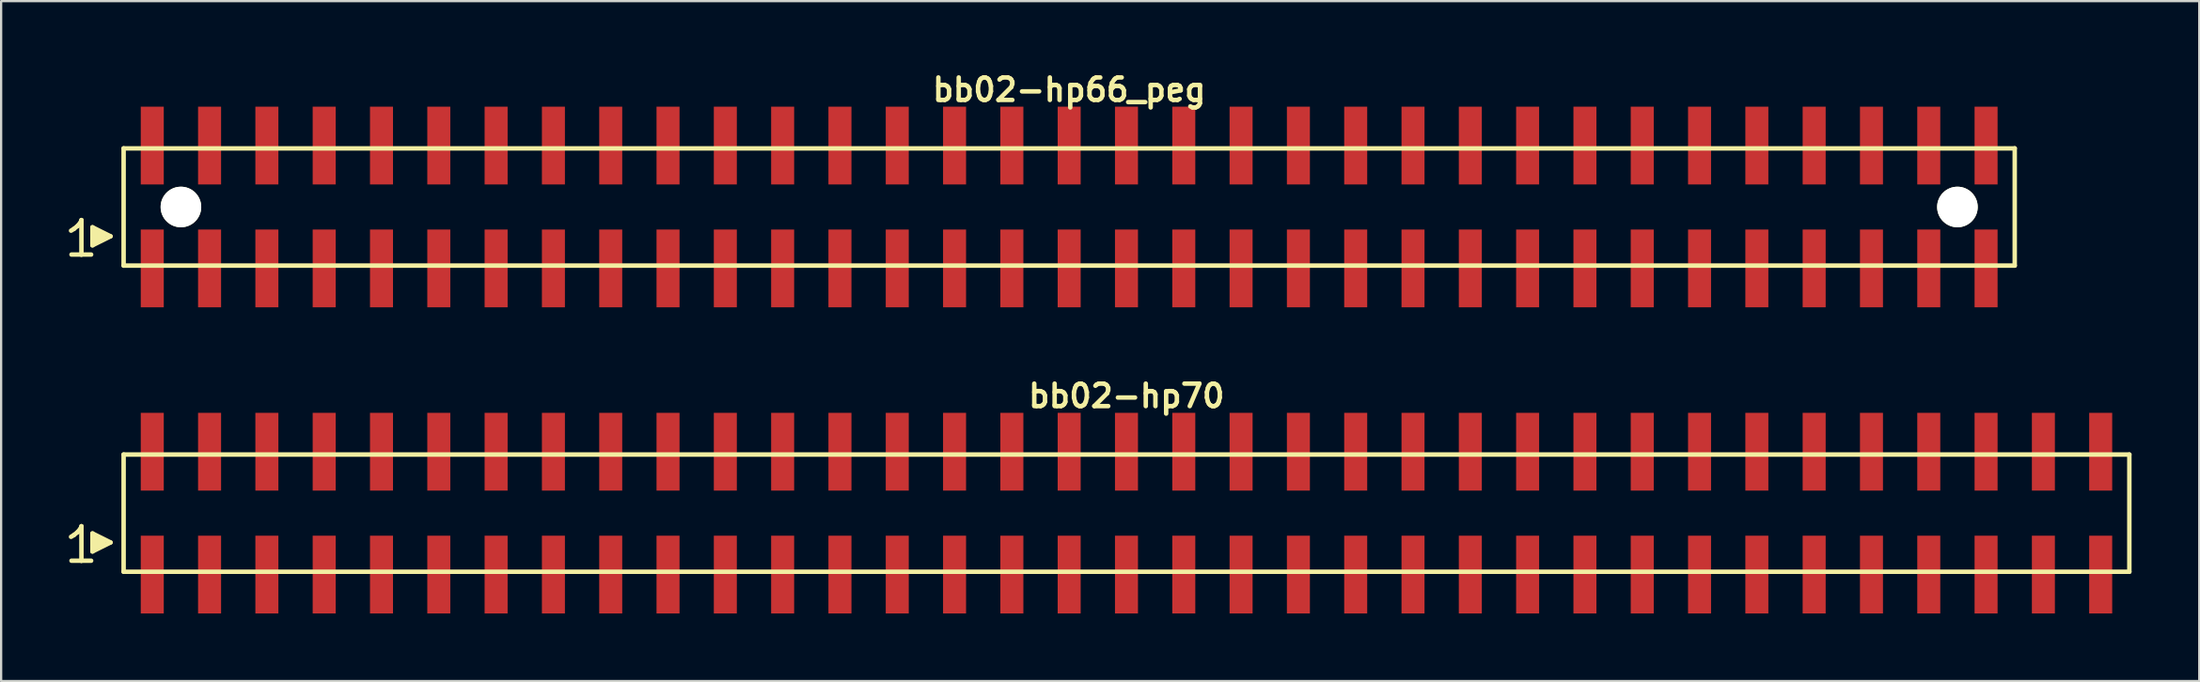
<source format=kicad_pcb>
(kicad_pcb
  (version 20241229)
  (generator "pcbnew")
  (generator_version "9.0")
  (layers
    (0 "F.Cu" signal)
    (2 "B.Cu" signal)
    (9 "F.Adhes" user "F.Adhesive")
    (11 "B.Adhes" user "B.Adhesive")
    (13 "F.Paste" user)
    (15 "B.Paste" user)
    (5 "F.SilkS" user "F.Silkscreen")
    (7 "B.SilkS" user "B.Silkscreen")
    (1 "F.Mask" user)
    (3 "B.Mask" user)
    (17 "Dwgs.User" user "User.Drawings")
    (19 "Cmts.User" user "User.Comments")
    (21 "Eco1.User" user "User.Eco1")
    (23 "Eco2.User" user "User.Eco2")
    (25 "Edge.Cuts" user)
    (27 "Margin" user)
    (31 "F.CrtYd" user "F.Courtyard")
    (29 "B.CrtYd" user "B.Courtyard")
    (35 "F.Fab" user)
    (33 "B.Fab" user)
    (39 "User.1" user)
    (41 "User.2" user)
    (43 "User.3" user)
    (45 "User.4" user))
  (footprint "bb02-hp66_peg"
    (layer "F.Cu")
    (at 44.339 6.132)
    (property "Reference" "bb02-hp66_peg" (at 0 -5.2 0) (layer "F.SilkS") (effects (font (size 0.998 0.998) (thickness 0.198))))
    (attr through_hole)
    (fp_line (start -44.24 1.05) (end -44.11 0.97) (stroke (width 0.198) (type solid)) (layer "F.SilkS"))
    (fp_line (start -44.11 0.97) (end -43.95 0.84) (stroke (width 0.198) (type solid)) (layer "F.SilkS"))
    (fp_line (start -43.95 0.84) (end -43.81 0.67) (stroke (width 0.198) (type solid)) (layer "F.SilkS"))
    (fp_line (start -43.81 0.67) (end -43.78 0.58) (stroke (width 0.198) (type solid)) (layer "F.SilkS"))
    (fp_line (start -43.78 0.58) (end -43.78 2.11) (stroke (width 0.198) (type solid)) (layer "F.SilkS"))
    (fp_line (start -43.78 2.11) (end -44.22 2.11) (stroke (width 0.198) (type solid)) (layer "F.SilkS"))
    (fp_line (start -43.35 2.11) (end -43.79 2.11) (stroke (width 0.198) (type solid)) (layer "F.SilkS"))
    (fp_line (start -43.29 0.9) (end -42.49 1.3) (stroke (width 0.198) (type solid)) (layer "F.SilkS"))
    (fp_line (start -43.29 1.7) (end -43.29 0.9) (stroke (width 0.198) (type solid)) (layer "F.SilkS"))
    (fp_line (start -43.19 1.6) (end -43.19 1) (stroke (width 0.198) (type solid)) (layer "F.SilkS"))
    (fp_line (start -43.09 1.1) (end -43.09 1.5) (stroke (width 0.198) (type solid)) (layer "F.SilkS"))
    (fp_line (start -42.99 1.5) (end -42.99 1.1) (stroke (width 0.198) (type solid)) (layer "F.SilkS"))
    (fp_line (start -42.89 1.2) (end -42.89 1.4) (stroke (width 0.198) (type solid)) (layer "F.SilkS"))
    (fp_line (start -42.79 1.4) (end -42.79 1.2) (stroke (width 0.198) (type solid)) (layer "F.SilkS"))
    (fp_line (start -42.49 1.3) (end -43.29 1.7) (stroke (width 0.198) (type solid)) (layer "F.SilkS"))
    (fp_line (start -41.91 -2.6) (end -41.91 2.6) (stroke (width 0.198) (type solid)) (layer "F.SilkS"))
    (fp_line (start -41.91 -2.6) (end 41.91 -2.6) (stroke (width 0.198) (type solid)) (layer "F.SilkS"))
    (fp_line (start 41.91 2.6) (end -41.91 2.6) (stroke (width 0.198) (type solid)) (layer "F.SilkS"))
    (fp_line (start 41.91 2.6) (end 41.91 -2.6) (stroke (width 0.198) (type solid)) (layer "F.SilkS"))
    (pad "" np_thru_hole circle (at -39.37 0) (size 1.8 1.8) (drill 1.8) (layers "*.Cu" "*.Mask" "F.SilkS"))
    (pad "" np_thru_hole circle (at 39.37 0) (size 1.8 1.8) (drill 1.8) (layers "*.Cu" "*.Mask" "F.SilkS"))
    (pad "1" smd rect (at -40.64 2.725) (size 1.02 3.45) (layers "F.Cu" "F.Mask" "F.Paste"))
    (pad "2" smd rect (at -40.64 -2.725) (size 1.02 3.45) (layers "F.Cu" "F.Mask" "F.Paste"))
    (pad "3" smd rect (at -38.1 2.725) (size 1.02 3.45) (layers "F.Cu" "F.Mask" "F.Paste"))
    (pad "4" smd rect (at -38.1 -2.725) (size 1.02 3.45) (layers "F.Cu" "F.Mask" "F.Paste"))
    (pad "5" smd rect (at -35.56 2.725) (size 1.02 3.45) (layers "F.Cu" "F.Mask" "F.Paste"))
    (pad "6" smd rect (at -35.56 -2.725) (size 1.02 3.45) (layers "F.Cu" "F.Mask" "F.Paste"))
    (pad "7" smd rect (at -33.02 2.725) (size 1.02 3.45) (layers "F.Cu" "F.Mask" "F.Paste"))
    (pad "8" smd rect (at -33.02 -2.725) (size 1.02 3.45) (layers "F.Cu" "F.Mask" "F.Paste"))
    (pad "9" smd rect (at -30.48 2.725) (size 1.02 3.45) (layers "F.Cu" "F.Mask" "F.Paste"))
    (pad "10" smd rect (at -30.48 -2.725) (size 1.02 3.45) (layers "F.Cu" "F.Mask" "F.Paste"))
    (pad "11" smd rect (at -27.94 2.725) (size 1.02 3.45) (layers "F.Cu" "F.Mask" "F.Paste"))
    (pad "12" smd rect (at -27.94 -2.725) (size 1.02 3.45) (layers "F.Cu" "F.Mask" "F.Paste"))
    (pad "13" smd rect (at -25.4 2.725) (size 1.02 3.45) (layers "F.Cu" "F.Mask" "F.Paste"))
    (pad "14" smd rect (at -25.4 -2.725) (size 1.02 3.45) (layers "F.Cu" "F.Mask" "F.Paste"))
    (pad "15" smd rect (at -22.86 2.725) (size 1.02 3.45) (layers "F.Cu" "F.Mask" "F.Paste"))
    (pad "16" smd rect (at -22.86 -2.725) (size 1.02 3.45) (layers "F.Cu" "F.Mask" "F.Paste"))
    (pad "17" smd rect (at -20.32 2.725) (size 1.02 3.45) (layers "F.Cu" "F.Mask" "F.Paste"))
    (pad "18" smd rect (at -20.32 -2.725) (size 1.02 3.45) (layers "F.Cu" "F.Mask" "F.Paste"))
    (pad "19" smd rect (at -17.78 2.725) (size 1.02 3.45) (layers "F.Cu" "F.Mask" "F.Paste"))
    (pad "20" smd rect (at -17.78 -2.725) (size 1.02 3.45) (layers "F.Cu" "F.Mask" "F.Paste"))
    (pad "21" smd rect (at -15.24 2.725) (size 1.02 3.45) (layers "F.Cu" "F.Mask" "F.Paste"))
    (pad "22" smd rect (at -15.24 -2.725) (size 1.02 3.45) (layers "F.Cu" "F.Mask" "F.Paste"))
    (pad "23" smd rect (at -12.7 2.725) (size 1.02 3.45) (layers "F.Cu" "F.Mask" "F.Paste"))
    (pad "24" smd rect (at -12.7 -2.725) (size 1.02 3.45) (layers "F.Cu" "F.Mask" "F.Paste"))
    (pad "25" smd rect (at -10.16 2.725) (size 1.02 3.45) (layers "F.Cu" "F.Mask" "F.Paste"))
    (pad "26" smd rect (at -10.16 -2.725) (size 1.02 3.45) (layers "F.Cu" "F.Mask" "F.Paste"))
    (pad "27" smd rect (at -7.62 2.725) (size 1.02 3.45) (layers "F.Cu" "F.Mask" "F.Paste"))
    (pad "28" smd rect (at -7.62 -2.725) (size 1.02 3.45) (layers "F.Cu" "F.Mask" "F.Paste"))
    (pad "29" smd rect (at -5.08 2.725) (size 1.02 3.45) (layers "F.Cu" "F.Mask" "F.Paste"))
    (pad "30" smd rect (at -5.08 -2.725) (size 1.02 3.45) (layers "F.Cu" "F.Mask" "F.Paste"))
    (pad "31" smd rect (at -2.54 2.725) (size 1.02 3.45) (layers "F.Cu" "F.Mask" "F.Paste"))
    (pad "32" smd rect (at -2.54 -2.725) (size 1.02 3.45) (layers "F.Cu" "F.Mask" "F.Paste"))
    (pad "33" smd rect (at 0 2.725) (size 1.02 3.45) (layers "F.Cu" "F.Mask" "F.Paste"))
    (pad "34" smd rect (at 0 -2.725) (size 1.02 3.45) (layers "F.Cu" "F.Mask" "F.Paste"))
    (pad "35" smd rect (at 2.54 2.725) (size 1.02 3.45) (layers "F.Cu" "F.Mask" "F.Paste"))
    (pad "36" smd rect (at 2.54 -2.725) (size 1.02 3.45) (layers "F.Cu" "F.Mask" "F.Paste"))
    (pad "37" smd rect (at 5.08 2.725) (size 1.02 3.45) (layers "F.Cu" "F.Mask" "F.Paste"))
    (pad "38" smd rect (at 5.08 -2.725) (size 1.02 3.45) (layers "F.Cu" "F.Mask" "F.Paste"))
    (pad "39" smd rect (at 7.62 2.725) (size 1.02 3.45) (layers "F.Cu" "F.Mask" "F.Paste"))
    (pad "40" smd rect (at 7.62 -2.725) (size 1.02 3.45) (layers "F.Cu" "F.Mask" "F.Paste"))
    (pad "41" smd rect (at 10.16 2.725) (size 1.02 3.45) (layers "F.Cu" "F.Mask" "F.Paste"))
    (pad "42" smd rect (at 10.16 -2.725) (size 1.02 3.45) (layers "F.Cu" "F.Mask" "F.Paste"))
    (pad "43" smd rect (at 12.7 2.725) (size 1.02 3.45) (layers "F.Cu" "F.Mask" "F.Paste"))
    (pad "44" smd rect (at 12.7 -2.725) (size 1.02 3.45) (layers "F.Cu" "F.Mask" "F.Paste"))
    (pad "45" smd rect (at 15.24 2.725) (size 1.02 3.45) (layers "F.Cu" "F.Mask" "F.Paste"))
    (pad "46" smd rect (at 15.24 -2.725) (size 1.02 3.45) (layers "F.Cu" "F.Mask" "F.Paste"))
    (pad "47" smd rect (at 17.78 2.725) (size 1.02 3.45) (layers "F.Cu" "F.Mask" "F.Paste"))
    (pad "48" smd rect (at 17.78 -2.725) (size 1.02 3.45) (layers "F.Cu" "F.Mask" "F.Paste"))
    (pad "49" smd rect (at 20.32 2.725) (size 1.02 3.45) (layers "F.Cu" "F.Mask" "F.Paste"))
    (pad "50" smd rect (at 20.32 -2.725) (size 1.02 3.45) (layers "F.Cu" "F.Mask" "F.Paste"))
    (pad "51" smd rect (at 22.86 2.725) (size 1.02 3.45) (layers "F.Cu" "F.Mask" "F.Paste"))
    (pad "52" smd rect (at 22.86 -2.725) (size 1.02 3.45) (layers "F.Cu" "F.Mask" "F.Paste"))
    (pad "53" smd rect (at 25.4 2.725) (size 1.02 3.45) (layers "F.Cu" "F.Mask" "F.Paste"))
    (pad "54" smd rect (at 25.4 -2.725) (size 1.02 3.45) (layers "F.Cu" "F.Mask" "F.Paste"))
    (pad "55" smd rect (at 27.94 2.725) (size 1.02 3.45) (layers "F.Cu" "F.Mask" "F.Paste"))
    (pad "56" smd rect (at 27.94 -2.725) (size 1.02 3.45) (layers "F.Cu" "F.Mask" "F.Paste"))
    (pad "57" smd rect (at 30.48 2.725) (size 1.02 3.45) (layers "F.Cu" "F.Mask" "F.Paste"))
    (pad "58" smd rect (at 30.48 -2.725) (size 1.02 3.45) (layers "F.Cu" "F.Mask" "F.Paste"))
    (pad "59" smd rect (at 33.02 2.725) (size 1.02 3.45) (layers "F.Cu" "F.Mask" "F.Paste"))
    (pad "60" smd rect (at 33.02 -2.725) (size 1.02 3.45) (layers "F.Cu" "F.Mask" "F.Paste"))
    (pad "61" smd rect (at 35.56 2.725) (size 1.02 3.45) (layers "F.Cu" "F.Mask" "F.Paste"))
    (pad "62" smd rect (at 35.56 -2.725) (size 1.02 3.45) (layers "F.Cu" "F.Mask" "F.Paste"))
    (pad "63" smd rect (at 38.1 2.725) (size 1.02 3.45) (layers "F.Cu" "F.Mask" "F.Paste"))
    (pad "64" smd rect (at 38.1 -2.725) (size 1.02 3.45) (layers "F.Cu" "F.Mask" "F.Paste"))
    (pad "65" smd rect (at 40.64 2.725) (size 1.02 3.45) (layers "F.Cu" "F.Mask" "F.Paste"))
    (pad "66" smd rect (at 40.64 -2.725) (size 1.02 3.45) (layers "F.Cu" "F.Mask" "F.Paste")))
  (footprint "bb02-hp70"
    (layer "F.Cu")
    (at 46.879 19.713)
    (property "Reference" "bb02-hp70" (at 0 -5.2 0) (layer "F.SilkS") (effects (font (size 0.998 0.998) (thickness 0.198))))
    (attr through_hole)
    (fp_line (start -46.78 1.05) (end -46.65 0.97) (stroke (width 0.198) (type solid)) (layer "F.SilkS"))
    (fp_line (start -46.65 0.97) (end -46.49 0.84) (stroke (width 0.198) (type solid)) (layer "F.SilkS"))
    (fp_line (start -46.49 0.84) (end -46.35 0.67) (stroke (width 0.198) (type solid)) (layer "F.SilkS"))
    (fp_line (start -46.35 0.67) (end -46.32 0.58) (stroke (width 0.198) (type solid)) (layer "F.SilkS"))
    (fp_line (start -46.32 0.58) (end -46.32 2.11) (stroke (width 0.198) (type solid)) (layer "F.SilkS"))
    (fp_line (start -46.32 2.11) (end -46.76 2.11) (stroke (width 0.198) (type solid)) (layer "F.SilkS"))
    (fp_line (start -45.89 2.11) (end -46.33 2.11) (stroke (width 0.198) (type solid)) (layer "F.SilkS"))
    (fp_line (start -45.83 0.9) (end -45.03 1.3) (stroke (width 0.198) (type solid)) (layer "F.SilkS"))
    (fp_line (start -45.83 1.7) (end -45.83 0.9) (stroke (width 0.198) (type solid)) (layer "F.SilkS"))
    (fp_line (start -45.73 1.6) (end -45.73 1) (stroke (width 0.198) (type solid)) (layer "F.SilkS"))
    (fp_line (start -45.63 1.1) (end -45.63 1.5) (stroke (width 0.198) (type solid)) (layer "F.SilkS"))
    (fp_line (start -45.53 1.5) (end -45.53 1.1) (stroke (width 0.198) (type solid)) (layer "F.SilkS"))
    (fp_line (start -45.43 1.2) (end -45.43 1.4) (stroke (width 0.198) (type solid)) (layer "F.SilkS"))
    (fp_line (start -45.33 1.4) (end -45.33 1.2) (stroke (width 0.198) (type solid)) (layer "F.SilkS"))
    (fp_line (start -45.03 1.3) (end -45.83 1.7) (stroke (width 0.198) (type solid)) (layer "F.SilkS"))
    (fp_line (start -44.45 -2.6) (end -44.45 2.6) (stroke (width 0.198) (type solid)) (layer "F.SilkS"))
    (fp_line (start -44.45 -2.6) (end 44.45 -2.6) (stroke (width 0.198) (type solid)) (layer "F.SilkS"))
    (fp_line (start 44.45 2.6) (end -44.45 2.6) (stroke (width 0.198) (type solid)) (layer "F.SilkS"))
    (fp_line (start 44.45 2.6) (end 44.45 -2.6) (stroke (width 0.198) (type solid)) (layer "F.SilkS"))
    (pad "1" smd rect (at -43.18 2.725) (size 1.02 3.45) (layers "F.Cu" "F.Mask" "F.Paste"))
    (pad "2" smd rect (at -43.18 -2.725) (size 1.02 3.45) (layers "F.Cu" "F.Mask" "F.Paste"))
    (pad "3" smd rect (at -40.64 2.725) (size 1.02 3.45) (layers "F.Cu" "F.Mask" "F.Paste"))
    (pad "4" smd rect (at -40.64 -2.725) (size 1.02 3.45) (layers "F.Cu" "F.Mask" "F.Paste"))
    (pad "5" smd rect (at -38.1 2.725) (size 1.02 3.45) (layers "F.Cu" "F.Mask" "F.Paste"))
    (pad "6" smd rect (at -38.1 -2.725) (size 1.02 3.45) (layers "F.Cu" "F.Mask" "F.Paste"))
    (pad "7" smd rect (at -35.56 2.725) (size 1.02 3.45) (layers "F.Cu" "F.Mask" "F.Paste"))
    (pad "8" smd rect (at -35.56 -2.725) (size 1.02 3.45) (layers "F.Cu" "F.Mask" "F.Paste"))
    (pad "9" smd rect (at -33.02 2.725) (size 1.02 3.45) (layers "F.Cu" "F.Mask" "F.Paste"))
    (pad "10" smd rect (at -33.02 -2.725) (size 1.02 3.45) (layers "F.Cu" "F.Mask" "F.Paste"))
    (pad "11" smd rect (at -30.48 2.725) (size 1.02 3.45) (layers "F.Cu" "F.Mask" "F.Paste"))
    (pad "12" smd rect (at -30.48 -2.725) (size 1.02 3.45) (layers "F.Cu" "F.Mask" "F.Paste"))
    (pad "13" smd rect (at -27.94 2.725) (size 1.02 3.45) (layers "F.Cu" "F.Mask" "F.Paste"))
    (pad "14" smd rect (at -27.94 -2.725) (size 1.02 3.45) (layers "F.Cu" "F.Mask" "F.Paste"))
    (pad "15" smd rect (at -25.4 2.725) (size 1.02 3.45) (layers "F.Cu" "F.Mask" "F.Paste"))
    (pad "16" smd rect (at -25.4 -2.725) (size 1.02 3.45) (layers "F.Cu" "F.Mask" "F.Paste"))
    (pad "17" smd rect (at -22.86 2.725) (size 1.02 3.45) (layers "F.Cu" "F.Mask" "F.Paste"))
    (pad "18" smd rect (at -22.86 -2.725) (size 1.02 3.45) (layers "F.Cu" "F.Mask" "F.Paste"))
    (pad "19" smd rect (at -20.32 2.725) (size 1.02 3.45) (layers "F.Cu" "F.Mask" "F.Paste"))
    (pad "20" smd rect (at -20.32 -2.725) (size 1.02 3.45) (layers "F.Cu" "F.Mask" "F.Paste"))
    (pad "21" smd rect (at -17.78 2.725) (size 1.02 3.45) (layers "F.Cu" "F.Mask" "F.Paste"))
    (pad "22" smd rect (at -17.78 -2.725) (size 1.02 3.45) (layers "F.Cu" "F.Mask" "F.Paste"))
    (pad "23" smd rect (at -15.24 2.725) (size 1.02 3.45) (layers "F.Cu" "F.Mask" "F.Paste"))
    (pad "24" smd rect (at -15.24 -2.725) (size 1.02 3.45) (layers "F.Cu" "F.Mask" "F.Paste"))
    (pad "25" smd rect (at -12.7 2.725) (size 1.02 3.45) (layers "F.Cu" "F.Mask" "F.Paste"))
    (pad "26" smd rect (at -12.7 -2.725) (size 1.02 3.45) (layers "F.Cu" "F.Mask" "F.Paste"))
    (pad "27" smd rect (at -10.16 2.725) (size 1.02 3.45) (layers "F.Cu" "F.Mask" "F.Paste"))
    (pad "28" smd rect (at -10.16 -2.725) (size 1.02 3.45) (layers "F.Cu" "F.Mask" "F.Paste"))
    (pad "29" smd rect (at -7.62 2.725) (size 1.02 3.45) (layers "F.Cu" "F.Mask" "F.Paste"))
    (pad "30" smd rect (at -7.62 -2.725) (size 1.02 3.45) (layers "F.Cu" "F.Mask" "F.Paste"))
    (pad "31" smd rect (at -5.08 2.725) (size 1.02 3.45) (layers "F.Cu" "F.Mask" "F.Paste"))
    (pad "32" smd rect (at -5.08 -2.725) (size 1.02 3.45) (layers "F.Cu" "F.Mask" "F.Paste"))
    (pad "33" smd rect (at -2.54 2.725) (size 1.02 3.45) (layers "F.Cu" "F.Mask" "F.Paste"))
    (pad "34" smd rect (at -2.54 -2.725) (size 1.02 3.45) (layers "F.Cu" "F.Mask" "F.Paste"))
    (pad "35" smd rect (at 0 2.725) (size 1.02 3.45) (layers "F.Cu" "F.Mask" "F.Paste"))
    (pad "36" smd rect (at 0 -2.725) (size 1.02 3.45) (layers "F.Cu" "F.Mask" "F.Paste"))
    (pad "37" smd rect (at 2.54 2.725) (size 1.02 3.45) (layers "F.Cu" "F.Mask" "F.Paste"))
    (pad "38" smd rect (at 2.54 -2.725) (size 1.02 3.45) (layers "F.Cu" "F.Mask" "F.Paste"))
    (pad "39" smd rect (at 5.08 2.725) (size 1.02 3.45) (layers "F.Cu" "F.Mask" "F.Paste"))
    (pad "40" smd rect (at 5.08 -2.725) (size 1.02 3.45) (layers "F.Cu" "F.Mask" "F.Paste"))
    (pad "41" smd rect (at 7.62 2.725) (size 1.02 3.45) (layers "F.Cu" "F.Mask" "F.Paste"))
    (pad "42" smd rect (at 7.62 -2.725) (size 1.02 3.45) (layers "F.Cu" "F.Mask" "F.Paste"))
    (pad "43" smd rect (at 10.16 2.725) (size 1.02 3.45) (layers "F.Cu" "F.Mask" "F.Paste"))
    (pad "44" smd rect (at 10.16 -2.725) (size 1.02 3.45) (layers "F.Cu" "F.Mask" "F.Paste"))
    (pad "45" smd rect (at 12.7 2.725) (size 1.02 3.45) (layers "F.Cu" "F.Mask" "F.Paste"))
    (pad "46" smd rect (at 12.7 -2.725) (size 1.02 3.45) (layers "F.Cu" "F.Mask" "F.Paste"))
    (pad "47" smd rect (at 15.24 2.725) (size 1.02 3.45) (layers "F.Cu" "F.Mask" "F.Paste"))
    (pad "48" smd rect (at 15.24 -2.725) (size 1.02 3.45) (layers "F.Cu" "F.Mask" "F.Paste"))
    (pad "49" smd rect (at 17.78 2.725) (size 1.02 3.45) (layers "F.Cu" "F.Mask" "F.Paste"))
    (pad "50" smd rect (at 17.78 -2.725) (size 1.02 3.45) (layers "F.Cu" "F.Mask" "F.Paste"))
    (pad "51" smd rect (at 20.32 2.725) (size 1.02 3.45) (layers "F.Cu" "F.Mask" "F.Paste"))
    (pad "52" smd rect (at 20.32 -2.725) (size 1.02 3.45) (layers "F.Cu" "F.Mask" "F.Paste"))
    (pad "53" smd rect (at 22.86 2.725) (size 1.02 3.45) (layers "F.Cu" "F.Mask" "F.Paste"))
    (pad "54" smd rect (at 22.86 -2.725) (size 1.02 3.45) (layers "F.Cu" "F.Mask" "F.Paste"))
    (pad "55" smd rect (at 25.4 2.725) (size 1.02 3.45) (layers "F.Cu" "F.Mask" "F.Paste"))
    (pad "56" smd rect (at 25.4 -2.725) (size 1.02 3.45) (layers "F.Cu" "F.Mask" "F.Paste"))
    (pad "57" smd rect (at 27.94 2.725) (size 1.02 3.45) (layers "F.Cu" "F.Mask" "F.Paste"))
    (pad "58" smd rect (at 27.94 -2.725) (size 1.02 3.45) (layers "F.Cu" "F.Mask" "F.Paste"))
    (pad "59" smd rect (at 30.48 2.725) (size 1.02 3.45) (layers "F.Cu" "F.Mask" "F.Paste"))
    (pad "60" smd rect (at 30.48 -2.725) (size 1.02 3.45) (layers "F.Cu" "F.Mask" "F.Paste"))
    (pad "61" smd rect (at 33.02 2.725) (size 1.02 3.45) (layers "F.Cu" "F.Mask" "F.Paste"))
    (pad "62" smd rect (at 33.02 -2.725) (size 1.02 3.45) (layers "F.Cu" "F.Mask" "F.Paste"))
    (pad "63" smd rect (at 35.56 2.725) (size 1.02 3.45) (layers "F.Cu" "F.Mask" "F.Paste"))
    (pad "64" smd rect (at 35.56 -2.725) (size 1.02 3.45) (layers "F.Cu" "F.Mask" "F.Paste"))
    (pad "65" smd rect (at 38.1 2.725) (size 1.02 3.45) (layers "F.Cu" "F.Mask" "F.Paste"))
    (pad "66" smd rect (at 38.1 -2.725) (size 1.02 3.45) (layers "F.Cu" "F.Mask" "F.Paste"))
    (pad "67" smd rect (at 40.64 2.725) (size 1.02 3.45) (layers "F.Cu" "F.Mask" "F.Paste"))
    (pad "68" smd rect (at 40.64 -2.725) (size 1.02 3.45) (layers "F.Cu" "F.Mask" "F.Paste"))
    (pad "69" smd rect (at 43.18 2.725) (size 1.02 3.45) (layers "F.Cu" "F.Mask" "F.Paste"))
    (pad "70" smd rect (at 43.18 -2.725) (size 1.02 3.45) (layers "F.Cu" "F.Mask" "F.Paste")))
  (gr_rect
    (start -3 -3)
    (end 94.428 27.163)
    (stroke (width 0.1) (type default))
    (fill no)
    (layer "Edge.Cuts")))
</source>
